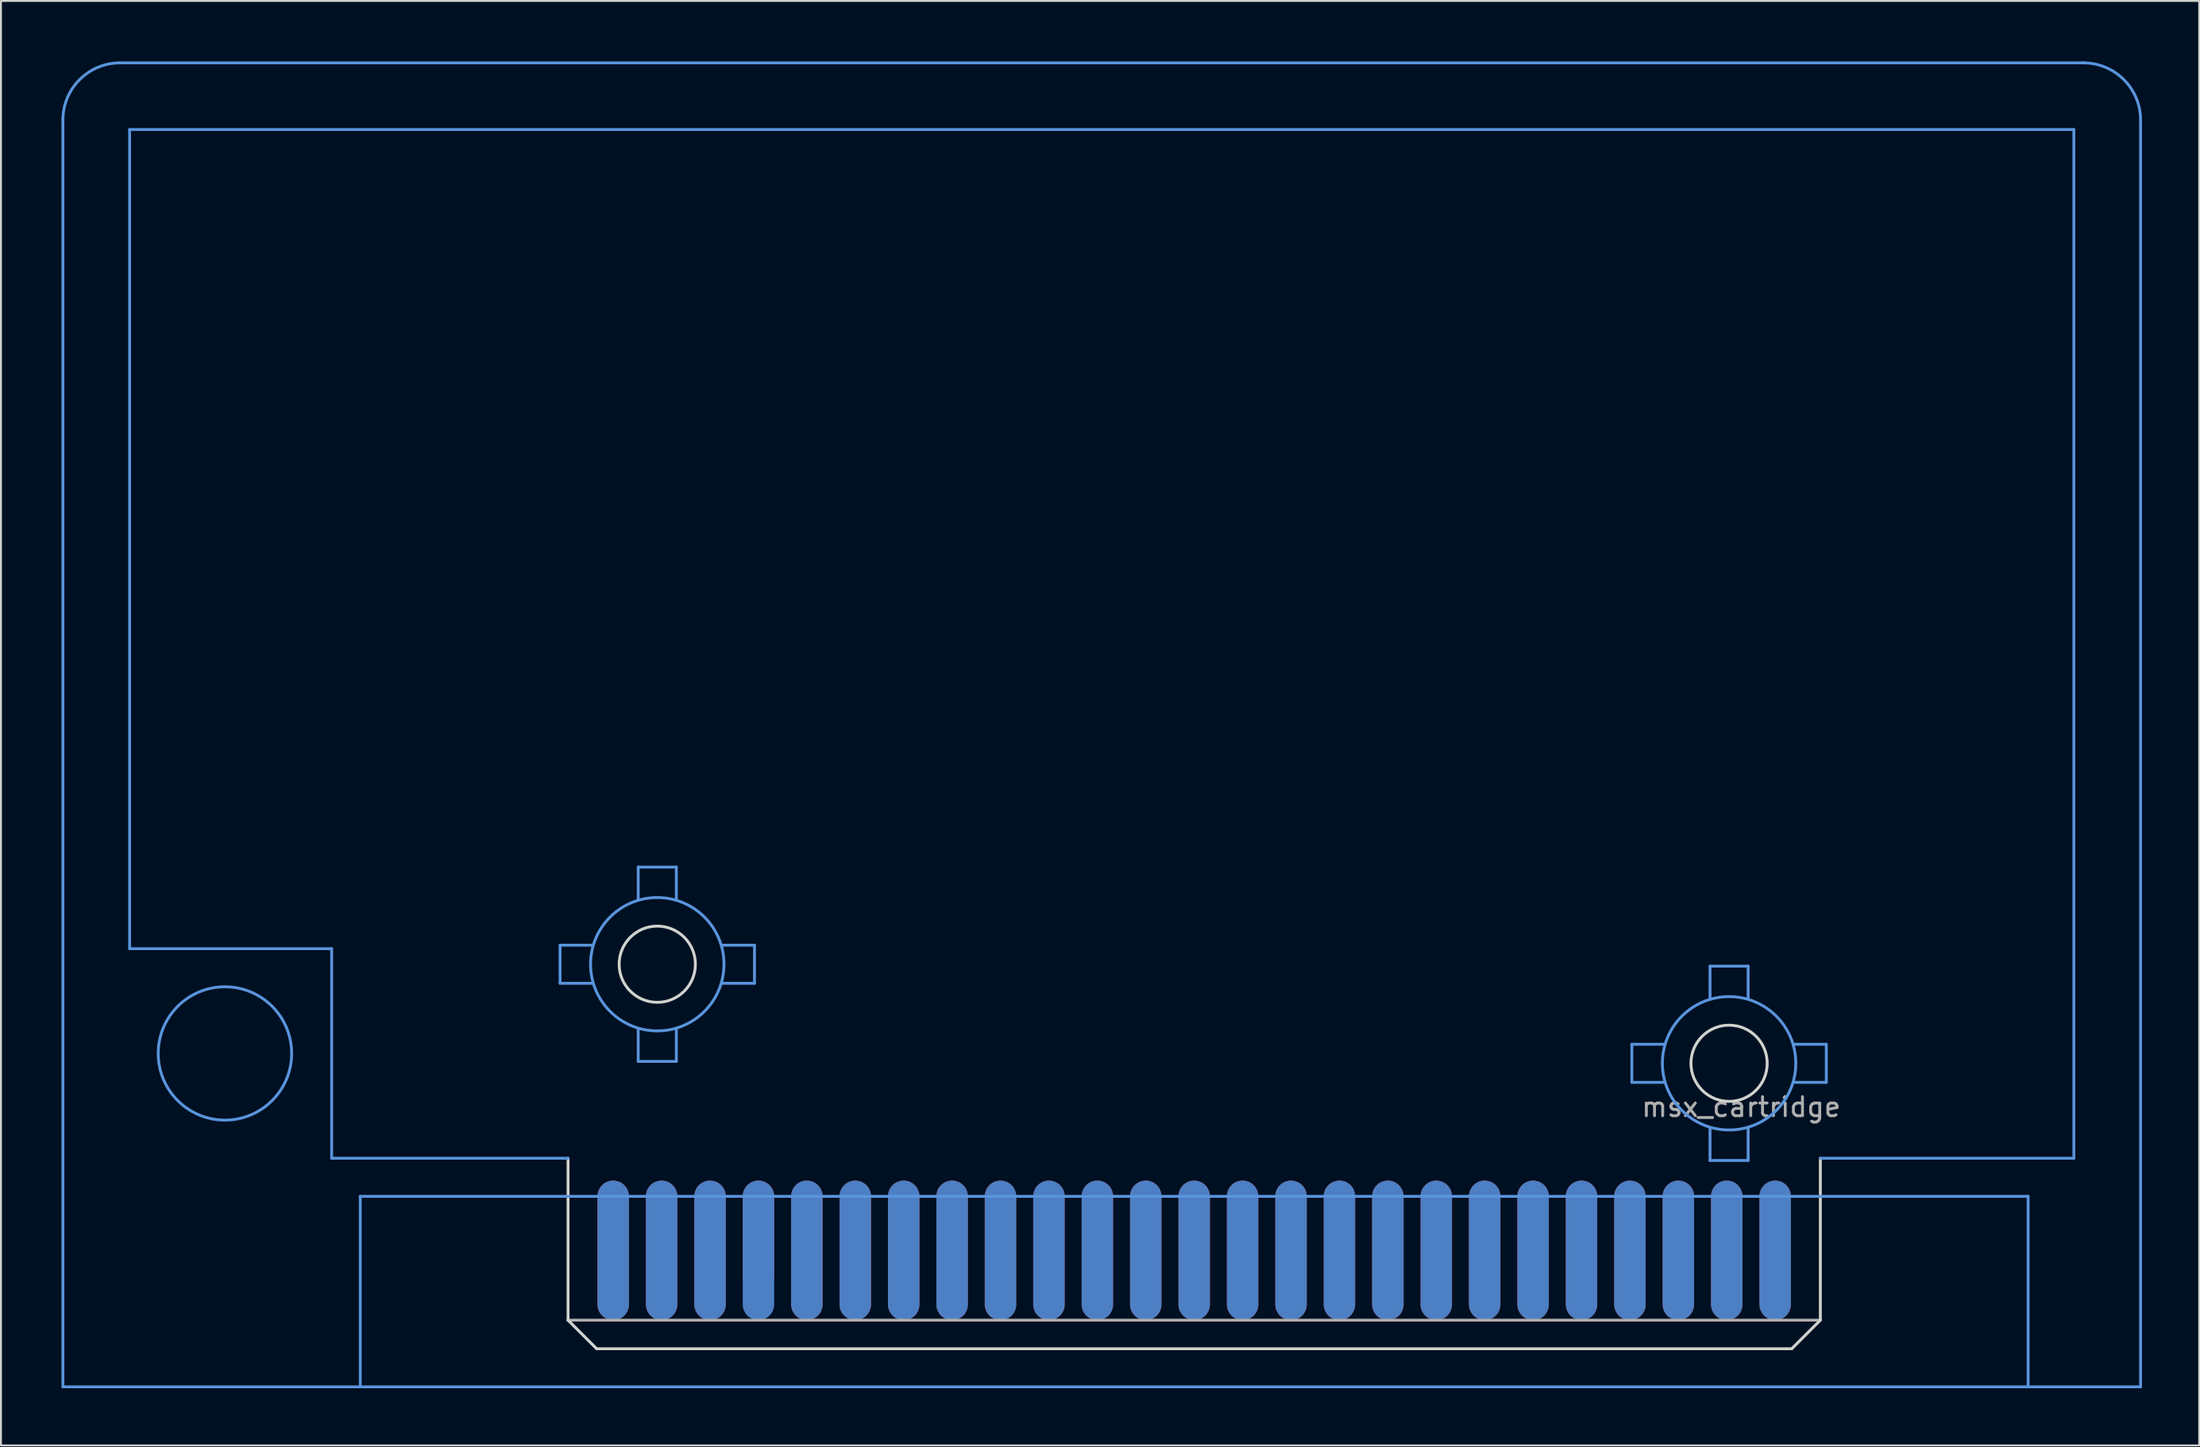
<source format=kicad_pcb>
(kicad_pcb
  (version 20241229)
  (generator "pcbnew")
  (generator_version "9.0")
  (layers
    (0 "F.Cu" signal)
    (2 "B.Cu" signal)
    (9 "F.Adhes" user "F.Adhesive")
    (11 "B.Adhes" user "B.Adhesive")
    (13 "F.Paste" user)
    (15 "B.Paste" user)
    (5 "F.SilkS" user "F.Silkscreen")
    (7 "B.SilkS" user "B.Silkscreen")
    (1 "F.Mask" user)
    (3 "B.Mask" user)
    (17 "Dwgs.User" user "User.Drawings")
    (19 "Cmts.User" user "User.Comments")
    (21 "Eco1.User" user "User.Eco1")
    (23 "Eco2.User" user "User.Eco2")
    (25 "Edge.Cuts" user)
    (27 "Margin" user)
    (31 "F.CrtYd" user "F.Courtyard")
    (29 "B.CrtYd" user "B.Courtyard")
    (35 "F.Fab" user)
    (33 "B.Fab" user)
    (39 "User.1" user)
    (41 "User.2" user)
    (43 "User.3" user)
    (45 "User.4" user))
  (footprint "msx_cartridge"
    (layer "F.Cu")
    (at 0.25 0.25)
    (property "Reference" "msx_cartridge" (at 88.048 54.813 0) (layer "F.Fab") (effects (font (size 1 1) (thickness 0.15))))
    (attr through_hole allow_soldermask_bridges)
    (fp_poly (pts (xy 26.5 59.5) (xy 26.5 66) (xy 28 67.5) (xy 90.7 67.5) (xy 92.2 66) (xy 92.2 59.5)) (stroke (width 0) (type solid)) (fill yes) (layer "F.Mask"))
    (fp_poly (pts (xy 26.5 59.5) (xy 26.5 66) (xy 28 67.5) (xy 90.7 67.5) (xy 92.2 66) (xy 92.2 59.5)) (stroke (width 0) (type solid)) (fill yes) (layer "B.Mask"))
    (fp_line (start 0 3) (end 0 69.5) (stroke (width 0.15) (type solid)) (layer "Cmts.User"))
    (fp_line (start 0 69.5) (end 109 69.5) (stroke (width 0.15) (type solid)) (layer "Cmts.User"))
    (fp_line (start 3 0) (end 106 0) (stroke (width 0.15) (type solid)) (layer "Cmts.User"))
    (fp_line (start 3.5 46.5) (end 3.5 3.5) (stroke (width 0.15) (type solid)) (layer "Cmts.User"))
    (fp_line (start 14.1 46.5) (end 3.5 46.5) (stroke (width 0.15) (type solid)) (layer "Cmts.User"))
    (fp_line (start 14.1 57.5) (end 14.1 46.5) (stroke (width 0.15) (type solid)) (layer "Cmts.User"))
    (fp_line (start 15.6 59.5) (end 103.1 59.5) (stroke (width 0.15) (type solid)) (layer "Cmts.User"))
    (fp_line (start 15.6 69.5) (end 15.6 59.5) (stroke (width 0.15) (type solid)) (layer "Cmts.User"))
    (fp_line (start 26.082 46.316) (end 27.766 46.316) (stroke (width 0.15) (type solid)) (layer "Cmts.User"))
    (fp_line (start 26.082 48.316) (end 26.082 46.316) (stroke (width 0.15) (type solid)) (layer "Cmts.User"))
    (fp_line (start 26.082 48.316) (end 27.766 48.316) (stroke (width 0.15) (type solid)) (layer "Cmts.User"))
    (fp_line (start 26.5 57.5) (end 14.1 57.5) (stroke (width 0.15) (type solid)) (layer "Cmts.User"))
    (fp_line (start 30.182 42.216) (end 30.182 43.9) (stroke (width 0.15) (type solid)) (layer "Cmts.User"))
    (fp_line (start 30.182 42.216) (end 32.182 42.216) (stroke (width 0.15) (type solid)) (layer "Cmts.User"))
    (fp_line (start 30.182 50.7) (end 30.182 52.416) (stroke (width 0.15) (type solid)) (layer "Cmts.User"))
    (fp_line (start 30.182 52.416) (end 32.182 52.416) (stroke (width 0.15) (type solid)) (layer "Cmts.User"))
    (fp_line (start 32.182 42.216) (end 32.182 43.9) (stroke (width 0.15) (type solid)) (layer "Cmts.User"))
    (fp_line (start 32.182 50.7) (end 32.182 52.416) (stroke (width 0.15) (type solid)) (layer "Cmts.User"))
    (fp_line (start 34.566 46.316) (end 36.282 46.316) (stroke (width 0.15) (type solid)) (layer "Cmts.User"))
    (fp_line (start 34.566 48.316) (end 36.282 48.316) (stroke (width 0.15) (type solid)) (layer "Cmts.User"))
    (fp_line (start 36.282 48.316) (end 36.282 46.316) (stroke (width 0.15) (type solid)) (layer "Cmts.User"))
    (fp_line (start 82.312 51.516) (end 83.996 51.516) (stroke (width 0.15) (type solid)) (layer "Cmts.User"))
    (fp_line (start 82.312 53.516) (end 82.312 51.516) (stroke (width 0.15) (type solid)) (layer "Cmts.User"))
    (fp_line (start 82.312 53.516) (end 83.996 53.516) (stroke (width 0.15) (type solid)) (layer "Cmts.User"))
    (fp_line (start 86.412 47.416) (end 86.412 49.1) (stroke (width 0.15) (type solid)) (layer "Cmts.User"))
    (fp_line (start 86.412 47.416) (end 88.412 47.416) (stroke (width 0.15) (type solid)) (layer "Cmts.User"))
    (fp_line (start 86.412 55.9) (end 86.412 57.616) (stroke (width 0.15) (type solid)) (layer "Cmts.User"))
    (fp_line (start 86.412 57.616) (end 88.412 57.616) (stroke (width 0.15) (type solid)) (layer "Cmts.User"))
    (fp_line (start 88.412 47.416) (end 88.412 49.1) (stroke (width 0.15) (type solid)) (layer "Cmts.User"))
    (fp_line (start 88.412 55.9) (end 88.412 57.616) (stroke (width 0.15) (type solid)) (layer "Cmts.User"))
    (fp_line (start 90.796 51.516) (end 92.512 51.516) (stroke (width 0.15) (type solid)) (layer "Cmts.User"))
    (fp_line (start 90.796 53.516) (end 92.512 53.516) (stroke (width 0.15) (type solid)) (layer "Cmts.User"))
    (fp_line (start 92.2 57.5) (end 105.5 57.5) (stroke (width 0.15) (type solid)) (layer "Cmts.User"))
    (fp_line (start 92.512 53.516) (end 92.512 51.516) (stroke (width 0.15) (type solid)) (layer "Cmts.User"))
    (fp_line (start 103.1 69.5) (end 103.1 59.5) (stroke (width 0.15) (type solid)) (layer "Cmts.User"))
    (fp_line (start 105.5 3.5) (end 3.5 3.5) (stroke (width 0.15) (type solid)) (layer "Cmts.User"))
    (fp_line (start 105.5 57.5) (end 105.5 3.5) (stroke (width 0.15) (type solid)) (layer "Cmts.User"))
    (fp_line (start 109 3) (end 109 69.5) (stroke (width 0.15) (type solid)) (layer "Cmts.User"))
    (fp_arc (start 0 3) (mid 0.87868 0.87868) (end 3 0) (stroke (width 0.15) (type solid)) (layer "Cmts.User"))
    (fp_arc (start 106 0) (mid 108.12132 0.87868) (end 109 3) (stroke (width 0.15) (type solid)) (layer "Cmts.User"))
    (fp_circle (center 8.5 52) (end 12 52) (stroke (width 0.15) (type solid)) (fill no) (layer "Cmts.User"))
    (fp_circle (center 31.182 47.316) (end 34.682 47.316) (stroke (width 0.15) (type solid)) (fill no) (layer "Cmts.User"))
    (fp_circle (center 87.412 52.516) (end 90.912 52.516) (stroke (width 0.15) (type solid)) (fill no) (layer "Cmts.User"))
    (fp_line (start 26.5 57.5) (end 26.5 66) (stroke (width 0.15) (type default)) (layer "Edge.Cuts"))
    (fp_line (start 26.5 66) (end 28 67.5) (stroke (width 0.15) (type default)) (layer "Edge.Cuts"))
    (fp_line (start 28 67.5) (end 90.7 67.5) (stroke (width 0.15) (type default)) (layer "Edge.Cuts"))
    (fp_line (start 90.7 67.5) (end 92.2 66) (stroke (width 0.15) (type default)) (layer "Edge.Cuts"))
    (fp_line (start 92.2 66) (end 92.2 57.5) (stroke (width 0.15) (type default)) (layer "Edge.Cuts"))
    (fp_circle (center 31.182 47.316) (end 33.182 47.316) (stroke (width 0.15) (type solid)) (fill no) (layer "Edge.Cuts"))
    (fp_circle (center 87.412 52.516) (end 89.412 52.516) (stroke (width 0.15) (type solid)) (fill no) (layer "Edge.Cuts"))
    (fp_line (start 92.2 66) (end 26.5 66) (stroke (width 0.15) (type solid)) (layer "F.Fab"))
    (pad "1" connect oval (at 89.83 62.337) (size 1.65 7.325) (layers "B.Cu"))
    (pad "2" connect oval (at 89.83 62.337) (size 1.65 7.325) (layers "F.Cu"))
    (pad "3" connect oval (at 87.29 62.337) (size 1.65 7.325) (layers "B.Cu"))
    (pad "4" connect oval (at 87.29 62.337) (size 1.65 7.325) (layers "F.Cu"))
    (pad "5" connect oval (at 84.75 62.337) (size 1.65 7.325) (layers "B.Cu"))
    (pad "6" connect oval (at 84.75 62.337) (size 1.65 7.325) (layers "F.Cu"))
    (pad "7" connect oval (at 82.21 62.337) (size 1.65 7.325) (layers "B.Cu"))
    (pad "8" connect oval (at 82.21 62.337) (size 1.65 7.325) (layers "F.Cu"))
    (pad "9" connect oval (at 79.67 62.337) (size 1.65 7.325) (layers "B.Cu"))
    (pad "10" connect oval (at 79.67 62.337) (size 1.65 7.325) (layers "F.Cu"))
    (pad "11" connect oval (at 77.13 62.337) (size 1.65 7.325) (layers "B.Cu"))
    (pad "12" connect oval (at 77.13 62.337) (size 1.65 7.325) (layers "F.Cu"))
    (pad "13" connect oval (at 74.59 62.337) (size 1.65 7.325) (layers "B.Cu"))
    (pad "14" connect oval (at 74.59 62.337) (size 1.65 7.325) (layers "F.Cu"))
    (pad "15" connect oval (at 72.05 62.337) (size 1.65 7.325) (layers "B.Cu"))
    (pad "16" connect oval (at 72.05 62.337) (size 1.65 7.325) (layers "F.Cu"))
    (pad "17" connect oval (at 69.51 62.337) (size 1.65 7.325) (layers "B.Cu"))
    (pad "18" connect oval (at 69.51 62.337) (size 1.65 7.325) (layers "F.Cu"))
    (pad "19" connect oval (at 66.97 62.337) (size 1.65 7.325) (layers "B.Cu"))
    (pad "20" connect oval (at 66.97 62.337) (size 1.65 7.325) (layers "F.Cu"))
    (pad "21" connect oval (at 64.43 62.337) (size 1.65 7.325) (layers "B.Cu"))
    (pad "22" connect oval (at 64.43 62.337) (size 1.65 7.325) (layers "F.Cu"))
    (pad "23" connect oval (at 61.89 62.337) (size 1.65 7.325) (layers "B.Cu"))
    (pad "24" connect oval (at 61.89 62.337) (size 1.65 7.325) (layers "F.Cu"))
    (pad "25" connect oval (at 59.35 62.337) (size 1.65 7.325) (layers "B.Cu"))
    (pad "26" connect oval (at 59.35 62.337) (size 1.65 7.325) (layers "F.Cu"))
    (pad "27" connect oval (at 56.81 62.337) (size 1.65 7.325) (layers "B.Cu"))
    (pad "28" connect oval (at 56.81 62.337) (size 1.65 7.325) (layers "F.Cu"))
    (pad "29" connect oval (at 54.27 62.337) (size 1.65 7.325) (layers "B.Cu"))
    (pad "30" connect oval (at 54.27 62.337) (size 1.65 7.325) (layers "F.Cu"))
    (pad "31" connect oval (at 51.73 62.337) (size 1.65 7.325) (layers "B.Cu"))
    (pad "32" connect oval (at 51.73 62.337) (size 1.65 7.325) (layers "F.Cu"))
    (pad "33" connect oval (at 49.19 62.337) (size 1.65 7.325) (layers "B.Cu"))
    (pad "34" connect oval (at 49.182 62.337) (size 1.65 7.325) (layers "F.Cu"))
    (pad "35" connect oval (at 46.65 62.337) (size 1.65 7.325) (layers "B.Cu"))
    (pad "36" connect oval (at 46.65 62.337) (size 1.65 7.325) (layers "F.Cu"))
    (pad "37" connect oval (at 44.11 62.337) (size 1.65 7.325) (layers "B.Cu"))
    (pad "38" connect oval (at 44.11 62.337) (size 1.65 7.325) (layers "F.Cu"))
    (pad "39" connect oval (at 41.57 62.337) (size 1.65 7.325) (layers "B.Cu"))
    (pad "40" connect oval (at 41.57 62.337) (size 1.65 7.325) (layers "F.Cu"))
    (pad "41" connect oval (at 39.03 62.337) (size 1.65 7.325) (layers "B.Cu"))
    (pad "42" connect oval (at 39.03 62.337) (size 1.65 7.325) (layers "F.Cu"))
    (pad "43" connect oval (at 36.49 62.337) (size 1.65 7.325) (layers "B.Cu"))
    (pad "44" connect oval (at 36.49 61.587) (size 1.65 5.825) (layers "F.Cu"))
    (pad "45" connect oval (at 33.95 62.337) (size 1.65 7.325) (layers "B.Cu"))
    (pad "46" connect oval (at 33.95 62.337) (size 1.65 7.325) (layers "F.Cu"))
    (pad "47" connect oval (at 31.41 62.337) (size 1.65 7.325) (layers "B.Cu"))
    (pad "48" connect oval (at 31.41 62.337) (size 1.65 7.325) (layers "F.Cu"))
    (pad "49" connect oval (at 28.87 62.337) (size 1.65 7.325) (layers "B.Cu"))
    (pad "50" connect oval (at 28.87 62.337) (size 1.65 7.325) (layers "F.Cu")))
  (gr_rect
    (start -3 -3)
    (end 112.325 72.825)
    (stroke (width 0.1) (type default))
    (fill no)
    (layer "Edge.Cuts")))
</source>
